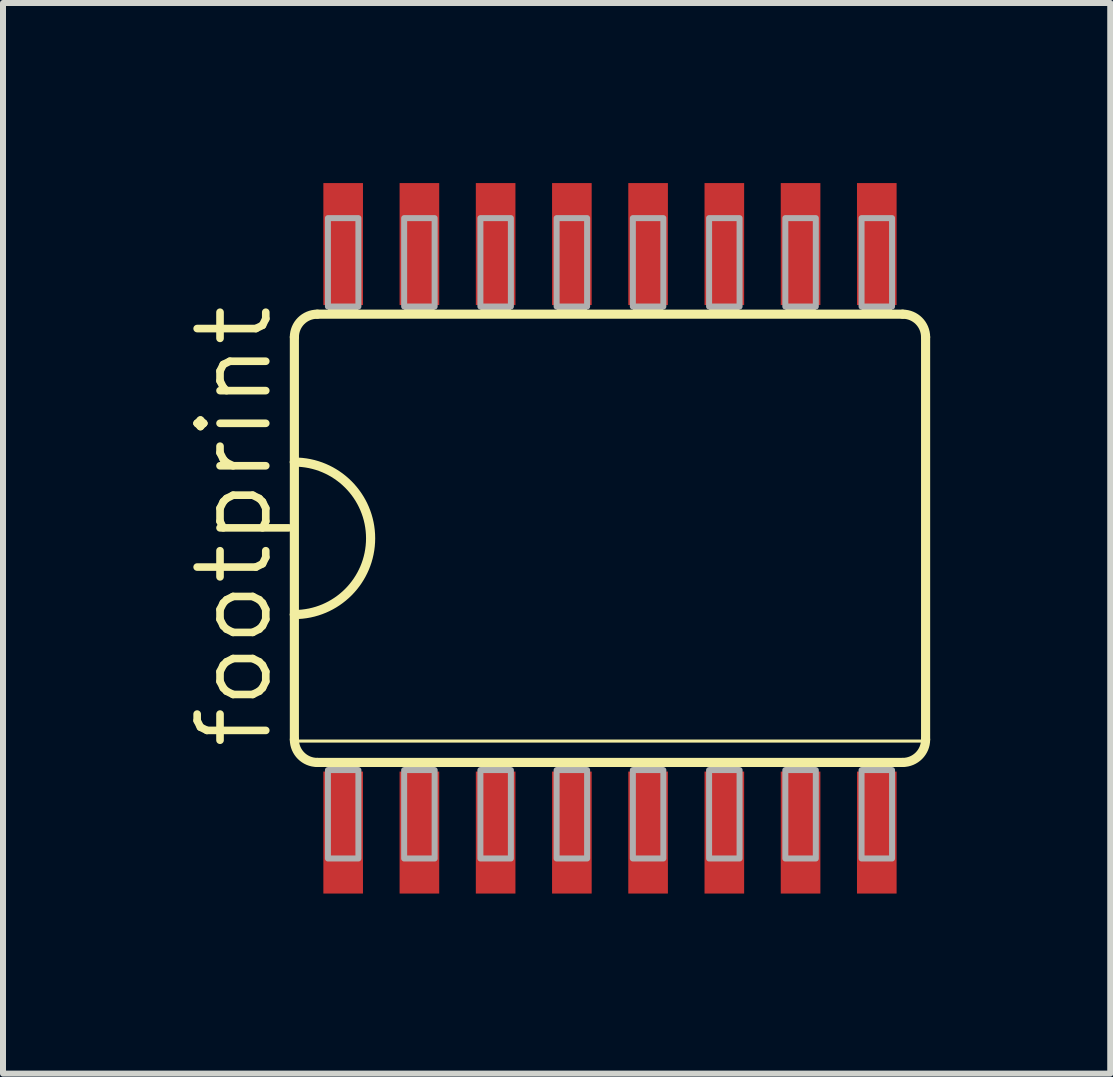
<source format=kicad_pcb>
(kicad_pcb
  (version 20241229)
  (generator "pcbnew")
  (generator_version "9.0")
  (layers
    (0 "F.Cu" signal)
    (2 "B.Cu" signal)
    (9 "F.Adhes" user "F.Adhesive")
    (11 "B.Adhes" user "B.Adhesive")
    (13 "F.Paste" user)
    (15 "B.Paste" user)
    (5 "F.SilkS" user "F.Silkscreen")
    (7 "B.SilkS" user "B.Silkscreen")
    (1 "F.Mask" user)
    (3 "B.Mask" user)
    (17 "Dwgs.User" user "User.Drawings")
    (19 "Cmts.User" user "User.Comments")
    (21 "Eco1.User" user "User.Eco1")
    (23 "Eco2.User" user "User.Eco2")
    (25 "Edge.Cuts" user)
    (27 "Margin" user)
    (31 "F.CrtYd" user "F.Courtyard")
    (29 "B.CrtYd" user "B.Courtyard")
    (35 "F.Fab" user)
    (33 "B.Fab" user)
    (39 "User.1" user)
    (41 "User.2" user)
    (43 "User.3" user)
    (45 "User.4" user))
  (footprint "footprint"
    (layer "F.Cu")
    (at 7.112 5.918)
    (property "Reference" "footprint" (at -5.588 3.556 90) (layer "F.SilkS") (effects (font (size 1.143 1.143) (thickness 0.127)) (justify left bottom)))
    (fp_line (start -5.258 -3.353) (end -5.258 -1.27) (stroke (width 0.152) (type solid)) (layer "F.SilkS"))
    (fp_line (start -5.258 -1.27) (end -5.258 1.27) (stroke (width 0.152) (type solid)) (layer "F.SilkS"))
    (fp_line (start -5.258 1.27) (end -5.258 3.353) (stroke (width 0.152) (type solid)) (layer "F.SilkS"))
    (fp_line (start -5.207 3.378) (end 5.232 3.378) (stroke (width 0.051) (type solid)) (layer "F.SilkS"))
    (fp_line (start -4.877 3.734) (end 4.877 3.734) (stroke (width 0.152) (type solid)) (layer "F.SilkS"))
    (fp_line (start 4.877 -3.734) (end -4.877 -3.734) (stroke (width 0.152) (type solid)) (layer "F.SilkS"))
    (fp_line (start 5.258 3.353) (end 5.258 -3.353) (stroke (width 0.152) (type solid)) (layer "F.SilkS"))
    (fp_arc (start -5.2578 -3.3528) (mid -5.146208 -3.622208) (end -4.8768 -3.7338) (stroke (width 0.1524) (type solid)) (layer "F.SilkS"))
    (fp_arc (start -5.2578 -1.27) (mid -3.9878 0) (end -5.2578 1.27) (stroke (width 0.1524) (type solid)) (layer "F.SilkS"))
    (fp_arc (start -4.8768 3.7338) (mid -5.146208 3.622208) (end -5.2578 3.3528) (stroke (width 0.1524) (type solid)) (layer "F.SilkS"))
    (fp_arc (start 4.8768 -3.7338) (mid 5.146208 -3.622208) (end 5.2578 -3.3528) (stroke (width 0.1524) (type solid)) (layer "F.SilkS"))
    (fp_arc (start 5.2578 3.3528) (mid 5.146208 3.622208) (end 4.8768 3.7338) (stroke (width 0.1524) (type solid)) (layer "F.SilkS"))
    (fp_poly (pts (xy -4.699 -3.734) (xy -4.191 -3.734) (xy -4.191 -3.861) (xy -4.699 -3.861)) (stroke (width 0) (type solid)) (fill yes) (layer "F.SilkS"))
    (fp_poly (pts (xy -4.699 3.861) (xy -4.191 3.861) (xy -4.191 3.734) (xy -4.699 3.734)) (stroke (width 0) (type solid)) (fill yes) (layer "F.SilkS"))
    (fp_poly (pts (xy -3.429 -3.734) (xy -2.921 -3.734) (xy -2.921 -3.861) (xy -3.429 -3.861)) (stroke (width 0) (type solid)) (fill yes) (layer "F.SilkS"))
    (fp_poly (pts (xy -3.429 3.861) (xy -2.921 3.861) (xy -2.921 3.734) (xy -3.429 3.734)) (stroke (width 0) (type solid)) (fill yes) (layer "F.SilkS"))
    (fp_poly (pts (xy -2.159 -3.734) (xy -1.651 -3.734) (xy -1.651 -3.861) (xy -2.159 -3.861)) (stroke (width 0) (type solid)) (fill yes) (layer "F.SilkS"))
    (fp_poly (pts (xy -2.159 3.861) (xy -1.651 3.861) (xy -1.651 3.734) (xy -2.159 3.734)) (stroke (width 0) (type solid)) (fill yes) (layer "F.SilkS"))
    (fp_poly (pts (xy -0.889 -3.734) (xy -0.381 -3.734) (xy -0.381 -3.861) (xy -0.889 -3.861)) (stroke (width 0) (type solid)) (fill yes) (layer "F.SilkS"))
    (fp_poly (pts (xy -0.889 3.861) (xy -0.381 3.861) (xy -0.381 3.734) (xy -0.889 3.734)) (stroke (width 0) (type solid)) (fill yes) (layer "F.SilkS"))
    (fp_poly (pts (xy 0.381 -3.734) (xy 0.889 -3.734) (xy 0.889 -3.861) (xy 0.381 -3.861)) (stroke (width 0) (type solid)) (fill yes) (layer "F.SilkS"))
    (fp_poly (pts (xy 0.381 3.861) (xy 0.889 3.861) (xy 0.889 3.734) (xy 0.381 3.734)) (stroke (width 0) (type solid)) (fill yes) (layer "F.SilkS"))
    (fp_poly (pts (xy 1.651 -3.734) (xy 2.159 -3.734) (xy 2.159 -3.861) (xy 1.651 -3.861)) (stroke (width 0) (type solid)) (fill yes) (layer "F.SilkS"))
    (fp_poly (pts (xy 1.651 3.861) (xy 2.159 3.861) (xy 2.159 3.734) (xy 1.651 3.734)) (stroke (width 0) (type solid)) (fill yes) (layer "F.SilkS"))
    (fp_poly (pts (xy 2.921 -3.734) (xy 3.429 -3.734) (xy 3.429 -3.861) (xy 2.921 -3.861)) (stroke (width 0) (type solid)) (fill yes) (layer "F.SilkS"))
    (fp_poly (pts (xy 2.921 3.861) (xy 3.429 3.861) (xy 3.429 3.734) (xy 2.921 3.734)) (stroke (width 0) (type solid)) (fill yes) (layer "F.SilkS"))
    (fp_poly (pts (xy 4.191 -3.734) (xy 4.699 -3.734) (xy 4.699 -3.861) (xy 4.191 -3.861)) (stroke (width 0) (type solid)) (fill yes) (layer "F.SilkS"))
    (fp_poly (pts (xy 4.191 3.861) (xy 4.699 3.861) (xy 4.699 3.734) (xy 4.191 3.734)) (stroke (width 0) (type solid)) (fill yes) (layer "F.SilkS"))
    (fp_poly (pts (xy -4.699 -3.861) (xy -4.191 -3.861) (xy -4.191 -5.334) (xy -4.699 -5.334)) (stroke (width 0.1) (type solid)) (fill no) (layer "F.Fab"))
    (fp_poly (pts (xy -4.699 5.334) (xy -4.191 5.334) (xy -4.191 3.861) (xy -4.699 3.861)) (stroke (width 0.1) (type solid)) (fill no) (layer "F.Fab"))
    (fp_poly (pts (xy -3.429 -3.861) (xy -2.921 -3.861) (xy -2.921 -5.334) (xy -3.429 -5.334)) (stroke (width 0.1) (type solid)) (fill no) (layer "F.Fab"))
    (fp_poly (pts (xy -3.429 5.334) (xy -2.921 5.334) (xy -2.921 3.861) (xy -3.429 3.861)) (stroke (width 0.1) (type solid)) (fill no) (layer "F.Fab"))
    (fp_poly (pts (xy -2.159 -3.861) (xy -1.651 -3.861) (xy -1.651 -5.334) (xy -2.159 -5.334)) (stroke (width 0.1) (type solid)) (fill no) (layer "F.Fab"))
    (fp_poly (pts (xy -2.159 5.334) (xy -1.651 5.334) (xy -1.651 3.861) (xy -2.159 3.861)) (stroke (width 0.1) (type solid)) (fill no) (layer "F.Fab"))
    (fp_poly (pts (xy -0.889 -3.861) (xy -0.381 -3.861) (xy -0.381 -5.334) (xy -0.889 -5.334)) (stroke (width 0.1) (type solid)) (fill no) (layer "F.Fab"))
    (fp_poly (pts (xy -0.889 5.334) (xy -0.381 5.334) (xy -0.381 3.861) (xy -0.889 3.861)) (stroke (width 0.1) (type solid)) (fill no) (layer "F.Fab"))
    (fp_poly (pts (xy 0.381 -3.861) (xy 0.889 -3.861) (xy 0.889 -5.334) (xy 0.381 -5.334)) (stroke (width 0.1) (type solid)) (fill no) (layer "F.Fab"))
    (fp_poly (pts (xy 0.381 5.334) (xy 0.889 5.334) (xy 0.889 3.861) (xy 0.381 3.861)) (stroke (width 0.1) (type solid)) (fill no) (layer "F.Fab"))
    (fp_poly (pts (xy 1.651 -3.861) (xy 2.159 -3.861) (xy 2.159 -5.334) (xy 1.651 -5.334)) (stroke (width 0.1) (type solid)) (fill no) (layer "F.Fab"))
    (fp_poly (pts (xy 1.651 5.334) (xy 2.159 5.334) (xy 2.159 3.861) (xy 1.651 3.861)) (stroke (width 0.1) (type solid)) (fill no) (layer "F.Fab"))
    (fp_poly (pts (xy 2.921 -3.861) (xy 3.429 -3.861) (xy 3.429 -5.334) (xy 2.921 -5.334)) (stroke (width 0.1) (type solid)) (fill no) (layer "F.Fab"))
    (fp_poly (pts (xy 2.921 5.334) (xy 3.429 5.334) (xy 3.429 3.861) (xy 2.921 3.861)) (stroke (width 0.1) (type solid)) (fill no) (layer "F.Fab"))
    (fp_poly (pts (xy 4.191 -3.861) (xy 4.699 -3.861) (xy 4.699 -5.334) (xy 4.191 -5.334)) (stroke (width 0.1) (type solid)) (fill no) (layer "F.Fab"))
    (fp_poly (pts (xy 4.191 5.334) (xy 4.699 5.334) (xy 4.699 3.861) (xy 4.191 3.861)) (stroke (width 0.1) (type solid)) (fill no) (layer "F.Fab"))
    (pad "1" smd rect (at -4.445 4.902) (size 0.66 2.032) (layers "F.Cu" "F.Mask" "F.Paste"))
    (pad "2" smd rect (at -3.175 4.902) (size 0.66 2.032) (layers "F.Cu" "F.Mask" "F.Paste"))
    (pad "3" smd rect (at -1.905 4.902) (size 0.66 2.032) (layers "F.Cu" "F.Mask" "F.Paste"))
    (pad "4" smd rect (at -0.635 4.902) (size 0.66 2.032) (layers "F.Cu" "F.Mask" "F.Paste"))
    (pad "5" smd rect (at 0.635 4.902) (size 0.66 2.032) (layers "F.Cu" "F.Mask" "F.Paste"))
    (pad "6" smd rect (at 1.905 4.902) (size 0.66 2.032) (layers "F.Cu" "F.Mask" "F.Paste"))
    (pad "7" smd rect (at 3.175 4.902) (size 0.66 2.032) (layers "F.Cu" "F.Mask" "F.Paste"))
    (pad "8" smd rect (at 4.445 4.902) (size 0.66 2.032) (layers "F.Cu" "F.Mask" "F.Paste"))
    (pad "9" smd rect (at 4.445 -4.902) (size 0.66 2.032) (layers "F.Cu" "F.Mask" "F.Paste"))
    (pad "10" smd rect (at 3.175 -4.902) (size 0.66 2.032) (layers "F.Cu" "F.Mask" "F.Paste"))
    (pad "11" smd rect (at 1.905 -4.902) (size 0.66 2.032) (layers "F.Cu" "F.Mask" "F.Paste"))
    (pad "12" smd rect (at 0.635 -4.902) (size 0.66 2.032) (layers "F.Cu" "F.Mask" "F.Paste"))
    (pad "13" smd rect (at -0.635 -4.902) (size 0.66 2.032) (layers "F.Cu" "F.Mask" "F.Paste"))
    (pad "14" smd rect (at -1.905 -4.902) (size 0.66 2.032) (layers "F.Cu" "F.Mask" "F.Paste"))
    (pad "15" smd rect (at -3.175 -4.902) (size 0.66 2.032) (layers "F.Cu" "F.Mask" "F.Paste"))
    (pad "16" smd rect (at -4.445 -4.902) (size 0.66 2.032) (layers "F.Cu" "F.Mask" "F.Paste")))
  (gr_rect
    (start -3 -3)
    (end 15.446 14.836)
    (stroke (width 0.1) (type default))
    (fill no)
    (layer "Edge.Cuts")))
</source>
